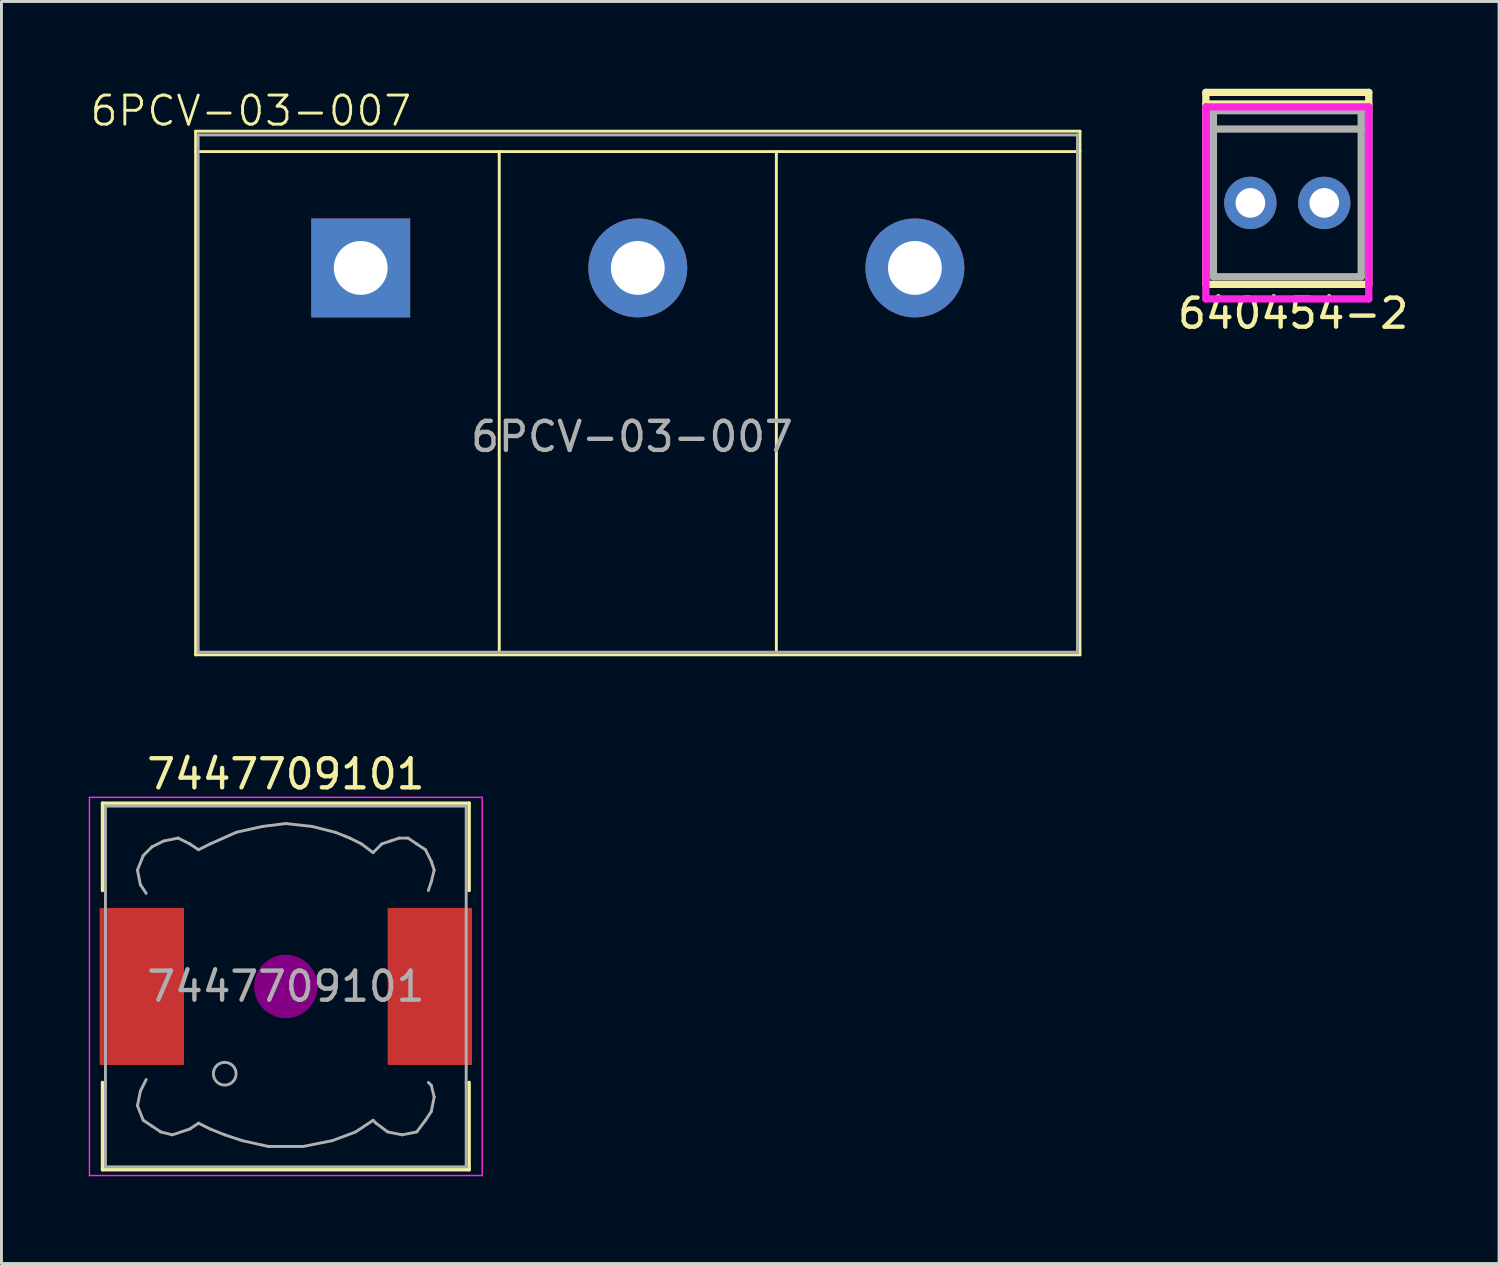
<source format=kicad_pcb>
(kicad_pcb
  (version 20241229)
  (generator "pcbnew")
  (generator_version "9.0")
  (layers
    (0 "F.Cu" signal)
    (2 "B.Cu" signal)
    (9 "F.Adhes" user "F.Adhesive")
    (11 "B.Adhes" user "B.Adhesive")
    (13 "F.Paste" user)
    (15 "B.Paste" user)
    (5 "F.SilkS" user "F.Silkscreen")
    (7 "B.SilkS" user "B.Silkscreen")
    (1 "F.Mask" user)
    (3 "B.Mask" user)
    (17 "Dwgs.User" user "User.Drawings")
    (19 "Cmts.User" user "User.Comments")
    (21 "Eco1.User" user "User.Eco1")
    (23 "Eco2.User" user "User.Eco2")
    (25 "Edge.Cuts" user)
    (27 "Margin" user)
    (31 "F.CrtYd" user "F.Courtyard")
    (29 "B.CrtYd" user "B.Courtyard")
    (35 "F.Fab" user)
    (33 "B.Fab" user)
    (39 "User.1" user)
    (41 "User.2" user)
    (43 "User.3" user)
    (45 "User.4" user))
  (footprint "7447709101"
    (layer "F.Cu")
    (at 6.775 30.859)
    (property "Reference" "7447709101" (at 0 -7.3 0) (layer "F.SilkS") (effects (font (size 1 1) (thickness 0.15))))
    (attr smd)
    (fp_line (start -6.3 -6.3) (end 6.3 -6.3) (stroke (width 0.12) (type solid)) (layer "F.SilkS"))
    (fp_line (start -6.3 -3.3) (end -6.3 -6.3) (stroke (width 0.12) (type solid)) (layer "F.SilkS"))
    (fp_line (start -6.3 6.3) (end -6.3 3.3) (stroke (width 0.12) (type solid)) (layer "F.SilkS"))
    (fp_line (start 6.3 -6.3) (end 6.3 -3.3) (stroke (width 0.12) (type solid)) (layer "F.SilkS"))
    (fp_line (start 6.3 3.3) (end 6.3 6.3) (stroke (width 0.12) (type solid)) (layer "F.SilkS"))
    (fp_line (start 6.3 6.3) (end -6.3 6.3) (stroke (width 0.12) (type solid)) (layer "F.SilkS"))
    (fp_circle (center 0 0) (end 0.15 0.15) (stroke (width 0.38) (type solid)) (fill no) (layer "F.Adhes"))
    (fp_circle (center 0 0) (end 0.55 0) (stroke (width 0.38) (type solid)) (fill no) (layer "F.Adhes"))
    (fp_circle (center 0 0) (end 0.9 0) (stroke (width 0.38) (type solid)) (fill no) (layer "F.Adhes"))
    (fp_line (start -6.75 -6.5) (end 6.75 -6.5) (stroke (width 0.05) (type solid)) (layer "F.CrtYd"))
    (fp_line (start -6.75 6.5) (end -6.75 -6.5) (stroke (width 0.05) (type solid)) (layer "F.CrtYd"))
    (fp_line (start 6.75 -6.5) (end 6.75 6.5) (stroke (width 0.05) (type solid)) (layer "F.CrtYd"))
    (fp_line (start 6.75 6.5) (end -6.75 6.5) (stroke (width 0.05) (type solid)) (layer "F.CrtYd"))
    (fp_line (start -6.2 -6.2) (end -6.2 -3.3) (stroke (width 0.1) (type solid)) (layer "F.Fab"))
    (fp_line (start -6.2 -3.3) (end -6.2 3.4) (stroke (width 0.1) (type solid)) (layer "F.Fab"))
    (fp_line (start -6.2 3.3) (end -6.2 6.2) (stroke (width 0.1) (type solid)) (layer "F.Fab"))
    (fp_line (start -6.2 6.2) (end 6.2 6.2) (stroke (width 0.1) (type solid)) (layer "F.Fab"))
    (fp_line (start -5.1 -4) (end -5 -3.5) (stroke (width 0.1) (type solid)) (layer "F.Fab"))
    (fp_line (start -5.1 4.1) (end -5 3.6) (stroke (width 0.1) (type solid)) (layer "F.Fab"))
    (fp_line (start -5 -3.5) (end -4.8 -3.2) (stroke (width 0.1) (type solid)) (layer "F.Fab"))
    (fp_line (start -5 3.6) (end -4.8 3.2) (stroke (width 0.1) (type solid)) (layer "F.Fab"))
    (fp_line (start -4.9 -4.5) (end -5.1 -4) (stroke (width 0.1) (type solid)) (layer "F.Fab"))
    (fp_line (start -4.9 4.6) (end -5.1 4.1) (stroke (width 0.1) (type solid)) (layer "F.Fab"))
    (fp_line (start -4.6 -4.8) (end -4.9 -4.5) (stroke (width 0.1) (type solid)) (layer "F.Fab"))
    (fp_line (start -4.6 4.8) (end -4.9 4.6) (stroke (width 0.1) (type solid)) (layer "F.Fab"))
    (fp_line (start -4.3 5) (end -4.6 4.8) (stroke (width 0.1) (type solid)) (layer "F.Fab"))
    (fp_line (start -4.2 -5) (end -4.6 -4.8) (stroke (width 0.1) (type solid)) (layer "F.Fab"))
    (fp_line (start -3.9 5.1) (end -4.3 5) (stroke (width 0.1) (type solid)) (layer "F.Fab"))
    (fp_line (start -3.7 -5.1) (end -4.2 -5) (stroke (width 0.1) (type solid)) (layer "F.Fab"))
    (fp_line (start -3.3 -4.9) (end -3.7 -5.1) (stroke (width 0.1) (type solid)) (layer "F.Fab"))
    (fp_line (start -3.3 4.9) (end -3.9 5.1) (stroke (width 0.1) (type solid)) (layer "F.Fab"))
    (fp_line (start -3 -4.7) (end -3.3 -4.9) (stroke (width 0.1) (type solid)) (layer "F.Fab"))
    (fp_line (start -3 4.7) (end -3.3 4.9) (stroke (width 0.1) (type solid)) (layer "F.Fab"))
    (fp_line (start -2.6 -4.9) (end -3 -4.7) (stroke (width 0.1) (type solid)) (layer "F.Fab"))
    (fp_line (start -2.6 4.9) (end -3 4.7) (stroke (width 0.1) (type solid)) (layer "F.Fab"))
    (fp_line (start -2.1 5.1) (end -2.6 4.9) (stroke (width 0.1) (type solid)) (layer "F.Fab"))
    (fp_line (start -1.7 -5.3) (end -2.6 -4.9) (stroke (width 0.1) (type solid)) (layer "F.Fab"))
    (fp_line (start -1.5 5.3) (end -2.1 5.1) (stroke (width 0.1) (type solid)) (layer "F.Fab"))
    (fp_line (start -0.8 -5.5) (end -1.7 -5.3) (stroke (width 0.1) (type solid)) (layer "F.Fab"))
    (fp_line (start -0.6 5.5) (end -1.5 5.3) (stroke (width 0.1) (type solid)) (layer "F.Fab"))
    (fp_line (start 0 -5.6) (end -0.8 -5.5) (stroke (width 0.1) (type solid)) (layer "F.Fab"))
    (fp_line (start 0.6 5.5) (end -0.6 5.5) (stroke (width 0.1) (type solid)) (layer "F.Fab"))
    (fp_line (start 0.9 -5.5) (end 0 -5.6) (stroke (width 0.1) (type solid)) (layer "F.Fab"))
    (fp_line (start 1.6 5.3) (end 0.6 5.5) (stroke (width 0.1) (type solid)) (layer "F.Fab"))
    (fp_line (start 1.7 -5.3) (end 0.9 -5.5) (stroke (width 0.1) (type solid)) (layer "F.Fab"))
    (fp_line (start 2.2 -5.1) (end 1.7 -5.3) (stroke (width 0.1) (type solid)) (layer "F.Fab"))
    (fp_line (start 2.4 5) (end 1.6 5.3) (stroke (width 0.1) (type solid)) (layer "F.Fab"))
    (fp_line (start 2.6 -4.9) (end 2.2 -5.1) (stroke (width 0.1) (type solid)) (layer "F.Fab"))
    (fp_line (start 3 -4.6) (end 2.6 -4.9) (stroke (width 0.1) (type solid)) (layer "F.Fab"))
    (fp_line (start 3 4.6) (end 2.4 5) (stroke (width 0.1) (type solid)) (layer "F.Fab"))
    (fp_line (start 3.1 4.7) (end 3 4.6) (stroke (width 0.1) (type solid)) (layer "F.Fab"))
    (fp_line (start 3.3 -4.9) (end 3 -4.6) (stroke (width 0.1) (type solid)) (layer "F.Fab"))
    (fp_line (start 3.5 5) (end 3.1 4.7) (stroke (width 0.1) (type solid)) (layer "F.Fab"))
    (fp_line (start 3.6 -5) (end 3.3 -4.9) (stroke (width 0.1) (type solid)) (layer "F.Fab"))
    (fp_line (start 3.9 -5.1) (end 3.6 -5) (stroke (width 0.1) (type solid)) (layer "F.Fab"))
    (fp_line (start 4 5.1) (end 3.5 5) (stroke (width 0.1) (type solid)) (layer "F.Fab"))
    (fp_line (start 4.2 -5.1) (end 3.9 -5.1) (stroke (width 0.1) (type solid)) (layer "F.Fab"))
    (fp_line (start 4.5 -4.9) (end 4.2 -5.1) (stroke (width 0.1) (type solid)) (layer "F.Fab"))
    (fp_line (start 4.5 5) (end 4 5.1) (stroke (width 0.1) (type solid)) (layer "F.Fab"))
    (fp_line (start 4.8 -4.7) (end 4.5 -4.9) (stroke (width 0.1) (type solid)) (layer "F.Fab"))
    (fp_line (start 4.8 4.6) (end 4.5 5) (stroke (width 0.1) (type solid)) (layer "F.Fab"))
    (fp_line (start 4.9 -3.3) (end 5 -3.6) (stroke (width 0.1) (type solid)) (layer "F.Fab"))
    (fp_line (start 4.9 3.3) (end 5 3.4) (stroke (width 0.1) (type solid)) (layer "F.Fab"))
    (fp_line (start 5 -4.3) (end 4.8 -4.7) (stroke (width 0.1) (type solid)) (layer "F.Fab"))
    (fp_line (start 5 -3.6) (end 5.1 -4) (stroke (width 0.1) (type solid)) (layer "F.Fab"))
    (fp_line (start 5 3.4) (end 5.1 3.8) (stroke (width 0.1) (type solid)) (layer "F.Fab"))
    (fp_line (start 5 4.3) (end 4.8 4.6) (stroke (width 0.1) (type solid)) (layer "F.Fab"))
    (fp_line (start 5.1 -4) (end 5 -4.3) (stroke (width 0.1) (type solid)) (layer "F.Fab"))
    (fp_line (start 5.1 3.8) (end 5 4.3) (stroke (width 0.1) (type solid)) (layer "F.Fab"))
    (fp_line (start 6.2 -6.2) (end -6.2 -6.2) (stroke (width 0.1) (type solid)) (layer "F.Fab"))
    (fp_line (start 6.2 -6.2) (end 6.2 -3.3) (stroke (width 0.1) (type solid)) (layer "F.Fab"))
    (fp_line (start 6.2 3.3) (end 6.2 -3.3) (stroke (width 0.1) (type solid)) (layer "F.Fab"))
    (fp_line (start 6.2 6.2) (end 6.2 3.3) (stroke (width 0.1) (type solid)) (layer "F.Fab"))
    (fp_circle (center -2.1 3) (end -1.8 3.25) (stroke (width 0.1) (type solid)) (fill no) (layer "F.Fab"))
    (fp_text user "${REFERENCE}" (at 0 0 0) (layer "F.Fab") (effects (font (size 1 1) (thickness 0.15))))
    (pad "1" smd rect (at -4.95 0) (size 2.9 5.4) (layers "F.Cu" "F.Mask" "F.Paste"))
    (pad "2" smd rect (at 4.95 0) (size 2.9 5.4) (layers "F.Cu" "F.Mask" "F.Paste")))
  (footprint "6PCV-03-007"
    (layer "F.Cu")
    (at 18.874 6.16)
    (property "Reference" "6PCV-03-007" (at -13.3 -5.4 0) (unlocked yes) (layer "F.SilkS") (effects (font (size 1 1) (thickness 0.1))))
    (attr through_hole)
    (fp_line (start -15.2 -4.7) (end 15.2 -4.7) (stroke (width 0.1) (type default)) (layer "F.SilkS"))
    (fp_line (start -15.2 -4) (end 15.2 -4) (stroke (width 0.1) (type default)) (layer "F.SilkS"))
    (fp_line (start -15.2 13.3) (end -15.2 -4.7) (stroke (width 0.1) (type default)) (layer "F.SilkS"))
    (fp_line (start -4.763 -4) (end -4.763 13.2) (stroke (width 0.1) (type default)) (layer "F.SilkS"))
    (fp_line (start 4.763 -4) (end 4.763 13.2) (stroke (width 0.1) (type default)) (layer "F.SilkS"))
    (fp_line (start 15.2 -4.7) (end 15.2 13.3) (stroke (width 0.1) (type default)) (layer "F.SilkS"))
    (fp_line (start 15.2 13.3) (end -15.2 13.3) (stroke (width 0.1) (type default)) (layer "F.SilkS"))
    (fp_line (start -15.4 -4.9) (end 15.4 -4.9) (stroke (width 0.1) (type default)) (layer "Margin"))
    (fp_line (start -15.4 13.5) (end -15.4 -4.9) (stroke (width 0.1) (type default)) (layer "Margin"))
    (fp_line (start 15.4 -4.9) (end 15.4 13.5) (stroke (width 0.1) (type default)) (layer "Margin"))
    (fp_line (start 15.4 13.5) (end -15.4 13.5) (stroke (width 0.1) (type default)) (layer "Margin"))
    (fp_line (start -15.113 -4.572) (end -15.113 13.208) (stroke (width 0.1) (type default)) (layer "F.Fab"))
    (fp_line (start -15.113 -4.572) (end 15.113 -4.572) (stroke (width 0.1) (type default)) (layer "F.Fab"))
    (fp_line (start -15.113 13.208) (end 15.113 13.208) (stroke (width 0.1) (type default)) (layer "F.Fab"))
    (fp_line (start 15.113 13.208) (end 15.113 -4.572) (stroke (width 0.1) (type default)) (layer "F.Fab"))
    (fp_text user "${REFERENCE}" (at -0.2 5.8 0) (unlocked yes) (layer "F.Fab") (effects (font (size 1 1) (thickness 0.15))))
    (pad "1" thru_hole rect (at -9.525 0) (size 3.4 3.4) (drill 1.85) (layers "*.Cu" "*.Mask"))
    (pad "2" thru_hole circle (at 0 0) (size 3.4 3.4) (drill 1.85) (layers "*.Cu" "*.Mask"))
    (pad "3" thru_hole circle (at 9.525 0) (size 3.4 3.4) (drill 1.85) (layers "*.Cu" "*.Mask")))
  (footprint "640454-2"
    (layer "F.Cu")
    (at 41.201 3.925)
    (property "Reference" "640454-2" (at 0.2 3.8 0) (layer "F.SilkS") (effects (font (size 1 1) (thickness 0.15))))
    (attr through_hole)
    (fp_line (start -2.8 -3.8) (end 2.8 -3.8) (stroke (width 0.25) (type solid)) (layer "F.SilkS"))
    (fp_line (start -2.8 -3.4) (end 2.8 -3.4) (stroke (width 0.25) (type solid)) (layer "F.SilkS"))
    (fp_line (start -2.8 2.8) (end -2.8 -3.8) (stroke (width 0.25) (type solid)) (layer "F.SilkS"))
    (fp_line (start -2.8 2.8) (end 2.8 2.8) (stroke (width 0.25) (type solid)) (layer "F.SilkS"))
    (fp_line (start 2.8 -3.8) (end 2.8 2.8) (stroke (width 0.25) (type solid)) (layer "F.SilkS"))
    (fp_line (start -2.8 -3.3) (end 2.8 -3.3) (stroke (width 0.25) (type solid)) (layer "F.CrtYd"))
    (fp_line (start -2.8 3.3) (end -2.8 -3.3) (stroke (width 0.25) (type solid)) (layer "F.CrtYd"))
    (fp_line (start 2.8 -3.3) (end 2.8 3.3) (stroke (width 0.25) (type solid)) (layer "F.CrtYd"))
    (fp_line (start 2.8 3.3) (end -2.8 3.3) (stroke (width 0.25) (type solid)) (layer "F.CrtYd"))
    (fp_line (start -2.54 -3.17) (end 2.54 -3.17) (stroke (width 0.25) (type solid)) (layer "F.Fab"))
    (fp_line (start -2.54 -2.54) (end 2.54 -2.54) (stroke (width 0.25) (type solid)) (layer "F.Fab"))
    (fp_line (start -2.54 2.54) (end -2.54 -3.17) (stroke (width 0.25) (type solid)) (layer "F.Fab"))
    (fp_line (start 2.54 -3.17) (end 2.54 2.54) (stroke (width 0.25) (type solid)) (layer "F.Fab"))
    (fp_line (start 2.54 2.54) (end -2.54 2.54) (stroke (width 0.25) (type solid)) (layer "F.Fab"))
    (pad "1" thru_hole circle (at -1.27 0) (size 1.8 1.8) (drill 1.02) (layers "*.Cu" "*.Mask"))
    (pad "2" thru_hole circle (at 1.27 0) (size 1.8 1.8) (drill 1.02) (layers "*.Cu" "*.Mask")))
  (gr_rect
    (start -3 -3)
    (end 48.479 40.384)
    (stroke (width 0.1) (type default))
    (fill no)
    (layer "Edge.Cuts")))
</source>
